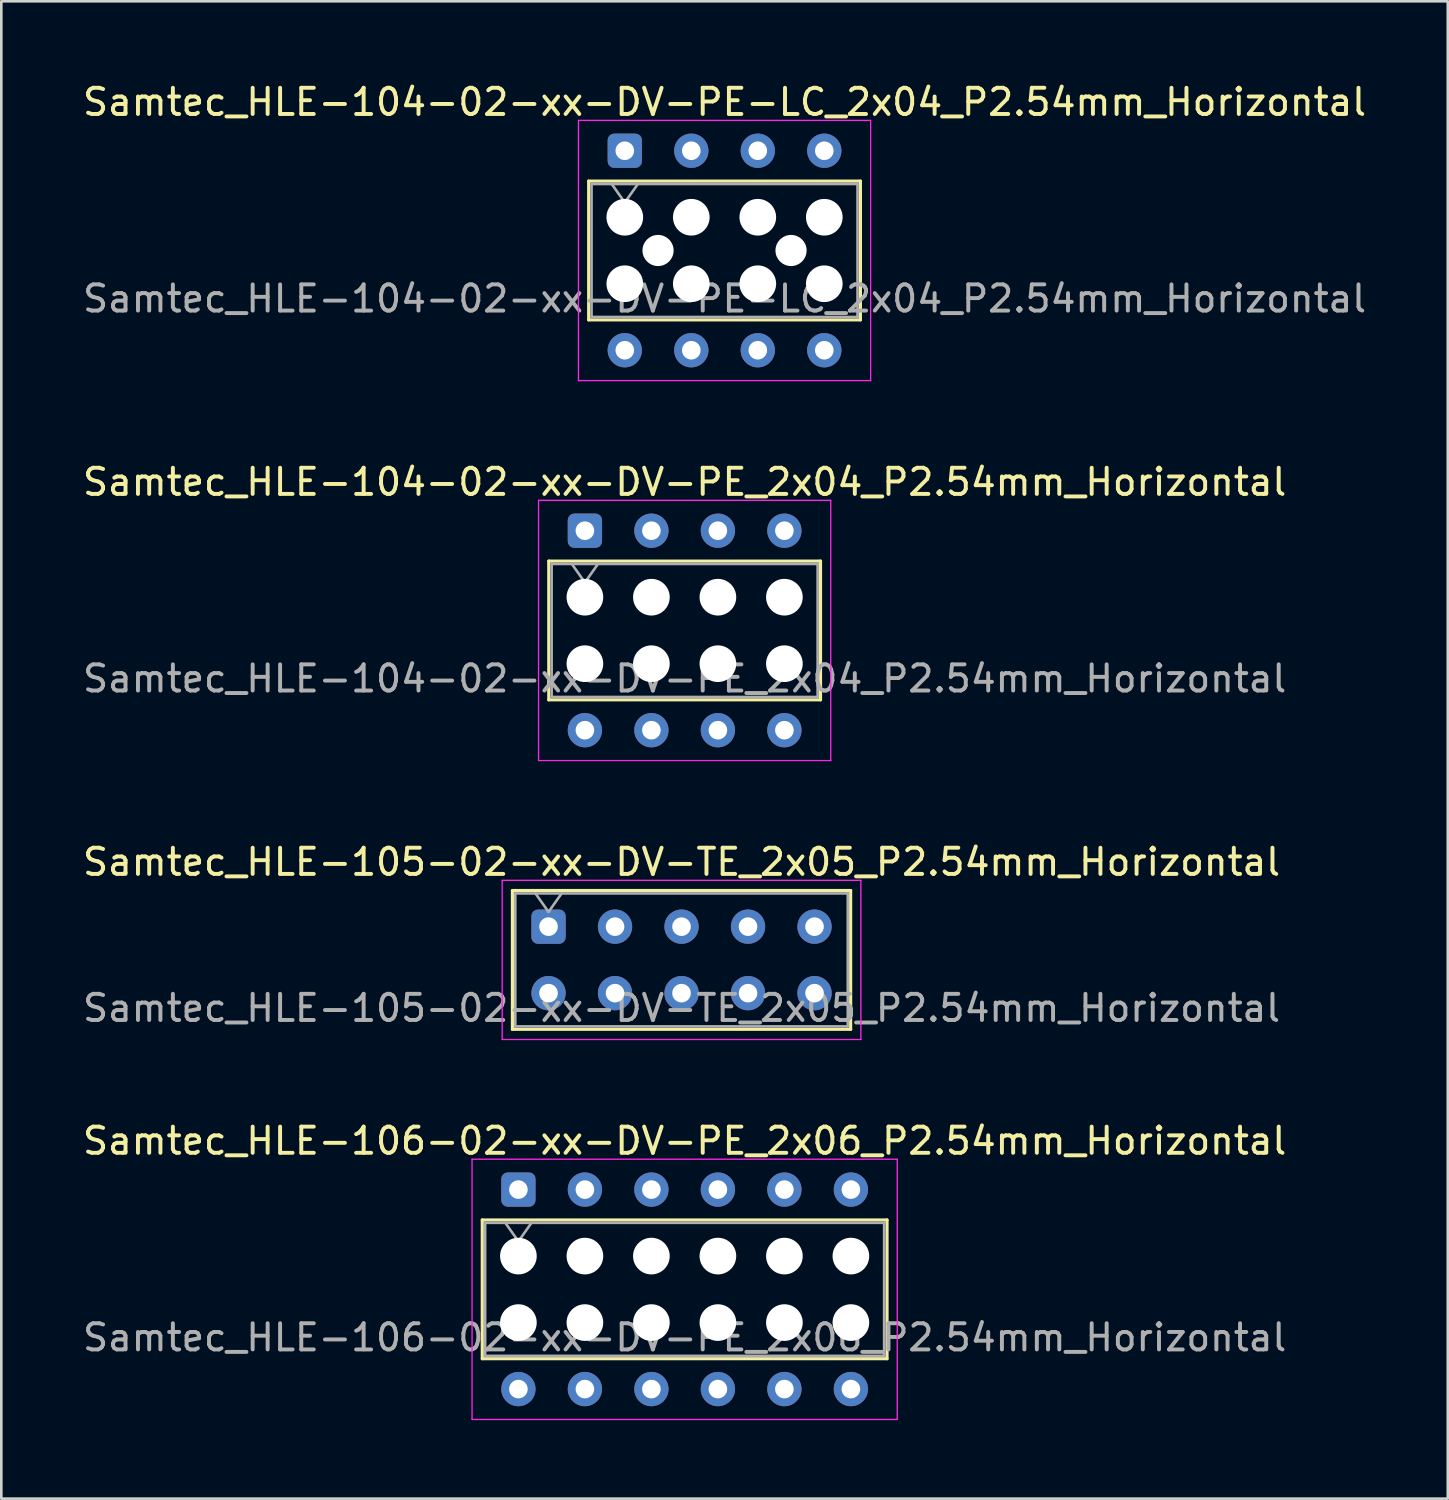
<source format=kicad_pcb>
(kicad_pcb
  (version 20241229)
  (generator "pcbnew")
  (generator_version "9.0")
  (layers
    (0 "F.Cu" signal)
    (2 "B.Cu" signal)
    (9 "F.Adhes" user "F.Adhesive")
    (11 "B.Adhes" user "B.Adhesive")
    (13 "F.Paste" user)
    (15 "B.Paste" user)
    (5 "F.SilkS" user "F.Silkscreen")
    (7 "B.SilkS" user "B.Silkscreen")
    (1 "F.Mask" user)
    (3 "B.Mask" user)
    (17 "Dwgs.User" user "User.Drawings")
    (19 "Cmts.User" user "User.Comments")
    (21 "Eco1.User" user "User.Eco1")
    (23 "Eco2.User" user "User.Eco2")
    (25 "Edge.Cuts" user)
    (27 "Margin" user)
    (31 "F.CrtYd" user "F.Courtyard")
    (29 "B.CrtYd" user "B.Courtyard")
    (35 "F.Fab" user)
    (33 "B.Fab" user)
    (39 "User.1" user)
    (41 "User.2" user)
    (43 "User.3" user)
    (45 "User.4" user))
  (footprint "Samtec_HLE-105-02-xx-DV-TE_2x05_P2.54mm_Horizontal"
    (layer "F.Cu")
    (at 17.902 32.345)
    (property "Reference" "Samtec_HLE-105-02-xx-DV-TE_2x05_P2.54mm_Horizontal" (at 5.08 -2.47 0) (layer "F.SilkS") (effects (font (size 1 1) (thickness 0.15))))
    (attr through_hole)
    (fp_line (start -1.38 -1.38) (end 11.54 -1.38) (stroke (width 0.12) (type solid)) (layer "F.SilkS"))
    (fp_line (start -1.38 3.92) (end -1.38 -1.38) (stroke (width 0.12) (type solid)) (layer "F.SilkS"))
    (fp_line (start 11.54 -1.38) (end 11.54 3.92) (stroke (width 0.12) (type solid)) (layer "F.SilkS"))
    (fp_line (start 11.54 3.92) (end -1.38 3.92) (stroke (width 0.12) (type solid)) (layer "F.SilkS"))
    (fp_line (start -1.77 -1.77) (end 11.93 -1.77) (stroke (width 0.05) (type solid)) (layer "F.CrtYd"))
    (fp_line (start -1.77 4.31) (end -1.77 -1.77) (stroke (width 0.05) (type solid)) (layer "F.CrtYd"))
    (fp_line (start 11.93 -1.77) (end 11.93 4.31) (stroke (width 0.05) (type solid)) (layer "F.CrtYd"))
    (fp_line (start 11.93 4.31) (end -1.77 4.31) (stroke (width 0.05) (type solid)) (layer "F.CrtYd"))
    (fp_line (start -1.27 -1.27) (end 11.43 -1.27) (stroke (width 0.1) (type solid)) (layer "F.Fab"))
    (fp_line (start -1.27 3.81) (end -1.27 -1.27) (stroke (width 0.1) (type solid)) (layer "F.Fab"))
    (fp_line (start -0.5 -1.27) (end 0 -0.563) (stroke (width 0.1) (type solid)) (layer "F.Fab"))
    (fp_line (start 0 -0.563) (end 0.5 -1.27) (stroke (width 0.1) (type solid)) (layer "F.Fab"))
    (fp_line (start 11.43 -1.27) (end 11.43 3.81) (stroke (width 0.1) (type solid)) (layer "F.Fab"))
    (fp_line (start 11.43 3.81) (end -1.27 3.81) (stroke (width 0.1) (type solid)) (layer "F.Fab"))
    (fp_text user "${REFERENCE}" (at 5.08 3.11 0) (layer "F.Fab") (effects (font (size 1 1) (thickness 0.15))))
    (pad "1" thru_hole roundrect (at 0 0) (size 1.31 1.31) (drill 0.71) (layers "*.Cu" "*.Mask") (roundrect_rratio 0.191))
    (pad "2" thru_hole circle (at 0 2.54) (size 1.31 1.31) (drill 0.71) (layers "*.Cu" "*.Mask"))
    (pad "3" thru_hole circle (at 2.54 0) (size 1.31 1.31) (drill 0.71) (layers "*.Cu" "*.Mask"))
    (pad "4" thru_hole circle (at 2.54 2.54) (size 1.31 1.31) (drill 0.71) (layers "*.Cu" "*.Mask"))
    (pad "5" thru_hole circle (at 5.08 0) (size 1.31 1.31) (drill 0.71) (layers "*.Cu" "*.Mask"))
    (pad "6" thru_hole circle (at 5.08 2.54) (size 1.31 1.31) (drill 0.71) (layers "*.Cu" "*.Mask"))
    (pad "7" thru_hole circle (at 7.62 0) (size 1.31 1.31) (drill 0.71) (layers "*.Cu" "*.Mask"))
    (pad "8" thru_hole circle (at 7.62 2.54) (size 1.31 1.31) (drill 0.71) (layers "*.Cu" "*.Mask"))
    (pad "9" thru_hole circle (at 10.16 0) (size 1.31 1.31) (drill 0.71) (layers "*.Cu" "*.Mask"))
    (pad "10" thru_hole circle (at 10.16 2.54) (size 1.31 1.31) (drill 0.71) (layers "*.Cu" "*.Mask")))
  (footprint "Samtec_HLE-104-02-xx-DV-PE-LC_2x04_P2.54mm_Horizontal"
    (layer "F.Cu")
    (at 20.815 2.708)
    (property "Reference" "Samtec_HLE-104-02-xx-DV-PE-LC_2x04_P2.54mm_Horizontal" (at 3.81 -1.86 0) (layer "F.SilkS") (effects (font (size 1 1) (thickness 0.15))))
    (attr through_hole)
    (fp_line (start -1.38 1.16) (end 9 1.16) (stroke (width 0.12) (type solid)) (layer "F.SilkS"))
    (fp_line (start -1.38 6.46) (end -1.38 1.16) (stroke (width 0.12) (type solid)) (layer "F.SilkS"))
    (fp_line (start 9 1.16) (end 9 6.46) (stroke (width 0.12) (type solid)) (layer "F.SilkS"))
    (fp_line (start 9 6.46) (end -1.38 6.46) (stroke (width 0.12) (type solid)) (layer "F.SilkS"))
    (fp_line (start -1.77 -1.16) (end 9.39 -1.16) (stroke (width 0.05) (type solid)) (layer "F.CrtYd"))
    (fp_line (start -1.77 8.78) (end -1.77 -1.16) (stroke (width 0.05) (type solid)) (layer "F.CrtYd"))
    (fp_line (start 9.39 -1.16) (end 9.39 8.78) (stroke (width 0.05) (type solid)) (layer "F.CrtYd"))
    (fp_line (start 9.39 8.78) (end -1.77 8.78) (stroke (width 0.05) (type solid)) (layer "F.CrtYd"))
    (fp_line (start -1.27 1.27) (end 8.89 1.27) (stroke (width 0.1) (type solid)) (layer "F.Fab"))
    (fp_line (start -1.27 6.35) (end -1.27 1.27) (stroke (width 0.1) (type solid)) (layer "F.Fab"))
    (fp_line (start -0.5 1.27) (end 0 1.977) (stroke (width 0.1) (type solid)) (layer "F.Fab"))
    (fp_line (start 0 1.977) (end 0.5 1.27) (stroke (width 0.1) (type solid)) (layer "F.Fab"))
    (fp_line (start 8.89 1.27) (end 8.89 6.35) (stroke (width 0.1) (type solid)) (layer "F.Fab"))
    (fp_line (start 8.89 6.35) (end -1.27 6.35) (stroke (width 0.1) (type solid)) (layer "F.Fab"))
    (fp_text user "${REFERENCE}" (at 3.81 5.65 0) (layer "F.Fab") (effects (font (size 1 1) (thickness 0.15))))
    (pad "" np_thru_hole circle (at 0 2.54) (size 1.4 1.4) (drill 1.4) (layers "*.Cu" "*.Mask"))
    (pad "" np_thru_hole circle (at 0 5.08) (size 1.4 1.4) (drill 1.4) (layers "*.Cu" "*.Mask"))
    (pad "" np_thru_hole circle (at 1.27 3.81) (size 1.19 1.19) (drill 1.19) (layers "*.Cu" "*.Mask"))
    (pad "" np_thru_hole circle (at 2.54 2.54) (size 1.4 1.4) (drill 1.4) (layers "*.Cu" "*.Mask"))
    (pad "" np_thru_hole circle (at 2.54 5.08) (size 1.4 1.4) (drill 1.4) (layers "*.Cu" "*.Mask"))
    (pad "" np_thru_hole circle (at 5.08 2.54) (size 1.4 1.4) (drill 1.4) (layers "*.Cu" "*.Mask"))
    (pad "" np_thru_hole circle (at 5.08 5.08) (size 1.4 1.4) (drill 1.4) (layers "*.Cu" "*.Mask"))
    (pad "" np_thru_hole circle (at 6.35 3.81) (size 1.19 1.19) (drill 1.19) (layers "*.Cu" "*.Mask"))
    (pad "" np_thru_hole circle (at 7.62 2.54) (size 1.4 1.4) (drill 1.4) (layers "*.Cu" "*.Mask"))
    (pad "" np_thru_hole circle (at 7.62 5.08) (size 1.4 1.4) (drill 1.4) (layers "*.Cu" "*.Mask"))
    (pad "1" thru_hole roundrect (at 0 0) (size 1.31 1.31) (drill 0.71) (layers "*.Cu" "*.Mask") (roundrect_rratio 0.191))
    (pad "2" thru_hole circle (at 0 7.62) (size 1.31 1.31) (drill 0.71) (layers "*.Cu" "*.Mask"))
    (pad "3" thru_hole circle (at 2.54 0) (size 1.31 1.31) (drill 0.71) (layers "*.Cu" "*.Mask"))
    (pad "4" thru_hole circle (at 2.54 7.62) (size 1.31 1.31) (drill 0.71) (layers "*.Cu" "*.Mask"))
    (pad "5" thru_hole circle (at 5.08 0) (size 1.31 1.31) (drill 0.71) (layers "*.Cu" "*.Mask"))
    (pad "6" thru_hole circle (at 5.08 7.62) (size 1.31 1.31) (drill 0.71) (layers "*.Cu" "*.Mask"))
    (pad "7" thru_hole circle (at 7.62 0) (size 1.31 1.31) (drill 0.71) (layers "*.Cu" "*.Mask"))
    (pad "8" thru_hole circle (at 7.62 7.62) (size 1.31 1.31) (drill 0.71) (layers "*.Cu" "*.Mask")))
  (footprint "Samtec_HLE-104-02-xx-DV-PE_2x04_P2.54mm_Horizontal"
    (layer "F.Cu")
    (at 19.291 17.221)
    (property "Reference" "Samtec_HLE-104-02-xx-DV-PE_2x04_P2.54mm_Horizontal" (at 3.81 -1.86 0) (layer "F.SilkS") (effects (font (size 1 1) (thickness 0.15))))
    (attr through_hole)
    (fp_line (start -1.38 1.16) (end 9 1.16) (stroke (width 0.12) (type solid)) (layer "F.SilkS"))
    (fp_line (start -1.38 6.46) (end -1.38 1.16) (stroke (width 0.12) (type solid)) (layer "F.SilkS"))
    (fp_line (start 9 1.16) (end 9 6.46) (stroke (width 0.12) (type solid)) (layer "F.SilkS"))
    (fp_line (start 9 6.46) (end -1.38 6.46) (stroke (width 0.12) (type solid)) (layer "F.SilkS"))
    (fp_line (start -1.77 -1.16) (end 9.39 -1.16) (stroke (width 0.05) (type solid)) (layer "F.CrtYd"))
    (fp_line (start -1.77 8.78) (end -1.77 -1.16) (stroke (width 0.05) (type solid)) (layer "F.CrtYd"))
    (fp_line (start 9.39 -1.16) (end 9.39 8.78) (stroke (width 0.05) (type solid)) (layer "F.CrtYd"))
    (fp_line (start 9.39 8.78) (end -1.77 8.78) (stroke (width 0.05) (type solid)) (layer "F.CrtYd"))
    (fp_line (start -1.27 1.27) (end 8.89 1.27) (stroke (width 0.1) (type solid)) (layer "F.Fab"))
    (fp_line (start -1.27 6.35) (end -1.27 1.27) (stroke (width 0.1) (type solid)) (layer "F.Fab"))
    (fp_line (start -0.5 1.27) (end 0 1.977) (stroke (width 0.1) (type solid)) (layer "F.Fab"))
    (fp_line (start 0 1.977) (end 0.5 1.27) (stroke (width 0.1) (type solid)) (layer "F.Fab"))
    (fp_line (start 8.89 1.27) (end 8.89 6.35) (stroke (width 0.1) (type solid)) (layer "F.Fab"))
    (fp_line (start 8.89 6.35) (end -1.27 6.35) (stroke (width 0.1) (type solid)) (layer "F.Fab"))
    (fp_text user "${REFERENCE}" (at 3.81 5.65 0) (layer "F.Fab") (effects (font (size 1 1) (thickness 0.15))))
    (pad "" np_thru_hole circle (at 0 2.54) (size 1.4 1.4) (drill 1.4) (layers "*.Cu" "*.Mask"))
    (pad "" np_thru_hole circle (at 0 5.08) (size 1.4 1.4) (drill 1.4) (layers "*.Cu" "*.Mask"))
    (pad "" np_thru_hole circle (at 2.54 2.54) (size 1.4 1.4) (drill 1.4) (layers "*.Cu" "*.Mask"))
    (pad "" np_thru_hole circle (at 2.54 5.08) (size 1.4 1.4) (drill 1.4) (layers "*.Cu" "*.Mask"))
    (pad "" np_thru_hole circle (at 5.08 2.54) (size 1.4 1.4) (drill 1.4) (layers "*.Cu" "*.Mask"))
    (pad "" np_thru_hole circle (at 5.08 5.08) (size 1.4 1.4) (drill 1.4) (layers "*.Cu" "*.Mask"))
    (pad "" np_thru_hole circle (at 7.62 2.54) (size 1.4 1.4) (drill 1.4) (layers "*.Cu" "*.Mask"))
    (pad "" np_thru_hole circle (at 7.62 5.08) (size 1.4 1.4) (drill 1.4) (layers "*.Cu" "*.Mask"))
    (pad "1" thru_hole roundrect (at 0 0) (size 1.31 1.31) (drill 0.71) (layers "*.Cu" "*.Mask") (roundrect_rratio 0.191))
    (pad "2" thru_hole circle (at 0 7.62) (size 1.31 1.31) (drill 0.71) (layers "*.Cu" "*.Mask"))
    (pad "3" thru_hole circle (at 2.54 0) (size 1.31 1.31) (drill 0.71) (layers "*.Cu" "*.Mask"))
    (pad "4" thru_hole circle (at 2.54 7.62) (size 1.31 1.31) (drill 0.71) (layers "*.Cu" "*.Mask"))
    (pad "5" thru_hole circle (at 5.08 0) (size 1.31 1.31) (drill 0.71) (layers "*.Cu" "*.Mask"))
    (pad "6" thru_hole circle (at 5.08 7.62) (size 1.31 1.31) (drill 0.71) (layers "*.Cu" "*.Mask"))
    (pad "7" thru_hole circle (at 7.62 0) (size 1.31 1.31) (drill 0.71) (layers "*.Cu" "*.Mask"))
    (pad "8" thru_hole circle (at 7.62 7.62) (size 1.31 1.31) (drill 0.71) (layers "*.Cu" "*.Mask")))
  (footprint "Samtec_HLE-106-02-xx-DV-PE_2x06_P2.54mm_Horizontal"
    (layer "F.Cu")
    (at 16.751 42.388)
    (property "Reference" "Samtec_HLE-106-02-xx-DV-PE_2x06_P2.54mm_Horizontal" (at 6.35 -1.86 0) (layer "F.SilkS") (effects (font (size 1 1) (thickness 0.15))))
    (attr through_hole)
    (fp_line (start -1.38 1.16) (end 14.08 1.16) (stroke (width 0.12) (type solid)) (layer "F.SilkS"))
    (fp_line (start -1.38 6.46) (end -1.38 1.16) (stroke (width 0.12) (type solid)) (layer "F.SilkS"))
    (fp_line (start 14.08 1.16) (end 14.08 6.46) (stroke (width 0.12) (type solid)) (layer "F.SilkS"))
    (fp_line (start 14.08 6.46) (end -1.38 6.46) (stroke (width 0.12) (type solid)) (layer "F.SilkS"))
    (fp_line (start -1.77 -1.16) (end 14.47 -1.16) (stroke (width 0.05) (type solid)) (layer "F.CrtYd"))
    (fp_line (start -1.77 8.78) (end -1.77 -1.16) (stroke (width 0.05) (type solid)) (layer "F.CrtYd"))
    (fp_line (start 14.47 -1.16) (end 14.47 8.78) (stroke (width 0.05) (type solid)) (layer "F.CrtYd"))
    (fp_line (start 14.47 8.78) (end -1.77 8.78) (stroke (width 0.05) (type solid)) (layer "F.CrtYd"))
    (fp_line (start -1.27 1.27) (end 13.97 1.27) (stroke (width 0.1) (type solid)) (layer "F.Fab"))
    (fp_line (start -1.27 6.35) (end -1.27 1.27) (stroke (width 0.1) (type solid)) (layer "F.Fab"))
    (fp_line (start -0.5 1.27) (end 0 1.977) (stroke (width 0.1) (type solid)) (layer "F.Fab"))
    (fp_line (start 0 1.977) (end 0.5 1.27) (stroke (width 0.1) (type solid)) (layer "F.Fab"))
    (fp_line (start 13.97 1.27) (end 13.97 6.35) (stroke (width 0.1) (type solid)) (layer "F.Fab"))
    (fp_line (start 13.97 6.35) (end -1.27 6.35) (stroke (width 0.1) (type solid)) (layer "F.Fab"))
    (fp_text user "${REFERENCE}" (at 6.35 5.65 0) (layer "F.Fab") (effects (font (size 1 1) (thickness 0.15))))
    (pad "" np_thru_hole circle (at 0 2.54) (size 1.4 1.4) (drill 1.4) (layers "*.Cu" "*.Mask"))
    (pad "" np_thru_hole circle (at 0 5.08) (size 1.4 1.4) (drill 1.4) (layers "*.Cu" "*.Mask"))
    (pad "" np_thru_hole circle (at 2.54 2.54) (size 1.4 1.4) (drill 1.4) (layers "*.Cu" "*.Mask"))
    (pad "" np_thru_hole circle (at 2.54 5.08) (size 1.4 1.4) (drill 1.4) (layers "*.Cu" "*.Mask"))
    (pad "" np_thru_hole circle (at 5.08 2.54) (size 1.4 1.4) (drill 1.4) (layers "*.Cu" "*.Mask"))
    (pad "" np_thru_hole circle (at 5.08 5.08) (size 1.4 1.4) (drill 1.4) (layers "*.Cu" "*.Mask"))
    (pad "" np_thru_hole circle (at 7.62 2.54) (size 1.4 1.4) (drill 1.4) (layers "*.Cu" "*.Mask"))
    (pad "" np_thru_hole circle (at 7.62 5.08) (size 1.4 1.4) (drill 1.4) (layers "*.Cu" "*.Mask"))
    (pad "" np_thru_hole circle (at 10.16 2.54) (size 1.4 1.4) (drill 1.4) (layers "*.Cu" "*.Mask"))
    (pad "" np_thru_hole circle (at 10.16 5.08) (size 1.4 1.4) (drill 1.4) (layers "*.Cu" "*.Mask"))
    (pad "" np_thru_hole circle (at 12.7 2.54) (size 1.4 1.4) (drill 1.4) (layers "*.Cu" "*.Mask"))
    (pad "" np_thru_hole circle (at 12.7 5.08) (size 1.4 1.4) (drill 1.4) (layers "*.Cu" "*.Mask"))
    (pad "1" thru_hole roundrect (at 0 0) (size 1.31 1.31) (drill 0.71) (layers "*.Cu" "*.Mask") (roundrect_rratio 0.191))
    (pad "2" thru_hole circle (at 0 7.62) (size 1.31 1.31) (drill 0.71) (layers "*.Cu" "*.Mask"))
    (pad "3" thru_hole circle (at 2.54 0) (size 1.31 1.31) (drill 0.71) (layers "*.Cu" "*.Mask"))
    (pad "4" thru_hole circle (at 2.54 7.62) (size 1.31 1.31) (drill 0.71) (layers "*.Cu" "*.Mask"))
    (pad "5" thru_hole circle (at 5.08 0) (size 1.31 1.31) (drill 0.71) (layers "*.Cu" "*.Mask"))
    (pad "6" thru_hole circle (at 5.08 7.62) (size 1.31 1.31) (drill 0.71) (layers "*.Cu" "*.Mask"))
    (pad "7" thru_hole circle (at 7.62 0) (size 1.31 1.31) (drill 0.71) (layers "*.Cu" "*.Mask"))
    (pad "8" thru_hole circle (at 7.62 7.62) (size 1.31 1.31) (drill 0.71) (layers "*.Cu" "*.Mask"))
    (pad "9" thru_hole circle (at 10.16 0) (size 1.31 1.31) (drill 0.71) (layers "*.Cu" "*.Mask"))
    (pad "10" thru_hole circle (at 10.16 7.62) (size 1.31 1.31) (drill 0.71) (layers "*.Cu" "*.Mask"))
    (pad "11" thru_hole circle (at 12.7 0) (size 1.31 1.31) (drill 0.71) (layers "*.Cu" "*.Mask"))
    (pad "12" thru_hole circle (at 12.7 7.62) (size 1.31 1.31) (drill 0.71) (layers "*.Cu" "*.Mask")))
  (gr_rect
    (start -3 -3)
    (end 52.25 54.193)
    (stroke (width 0.1) (type default))
    (fill no)
    (layer "Edge.Cuts")))
</source>
